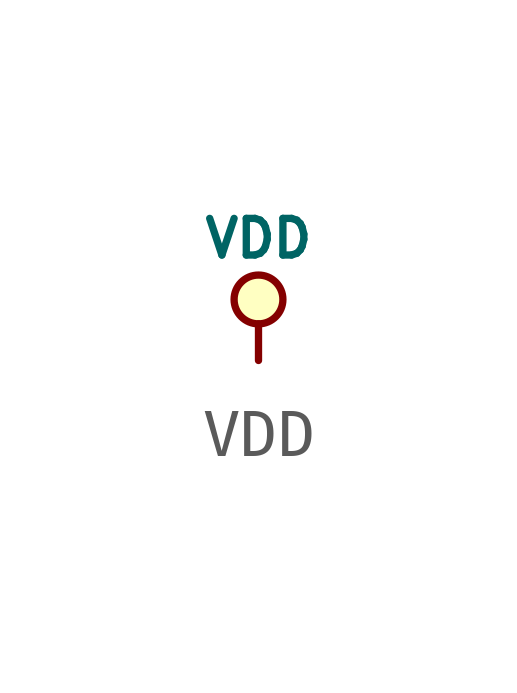
<source format=kicad_sym>
(kicad_symbol_lib
  (version 20231120)
  (generator "kicad_symbol_editor")
  (generator_version "8.0")
  (symbol "VDD"
    (power)
    (pin_names
      (offset 0))
    (property "Reference" "#PWR"
      (at 0 2.54 0)
      (effects (font (size 0.762 0.762)) (hide yes)))
    (property "Value" "VDD"
      (at 0 2.54 0)
      (effects (font (size 0.762 0.762))))
    (property "Footprint" ""
      (at 0 0 0)
      (effects (font (size 1.524 1.524))))
    (property "Datasheet" ""
      (at 0 0 0)
      (effects (font (size 1.524 1.524))))
    (symbol "VDD_0_0"
      (pin power_in line (at 0 0 90) (length 0) hide (name "VDD" (effects (font (size 0.508 0.508)))) (number "1" (effects (font (size 0.508 0.508))))))
    (symbol "VDD_0_1"
      (polyline (pts (xy 0 0) (xy 0 0.762) (xy 0 0.762)) (stroke (width 0) (type default)) (fill (type none)))
      (circle (center 0 1.27) (radius 0.508) (stroke (width 0) (type default)) (fill (type background))))))
</source>
